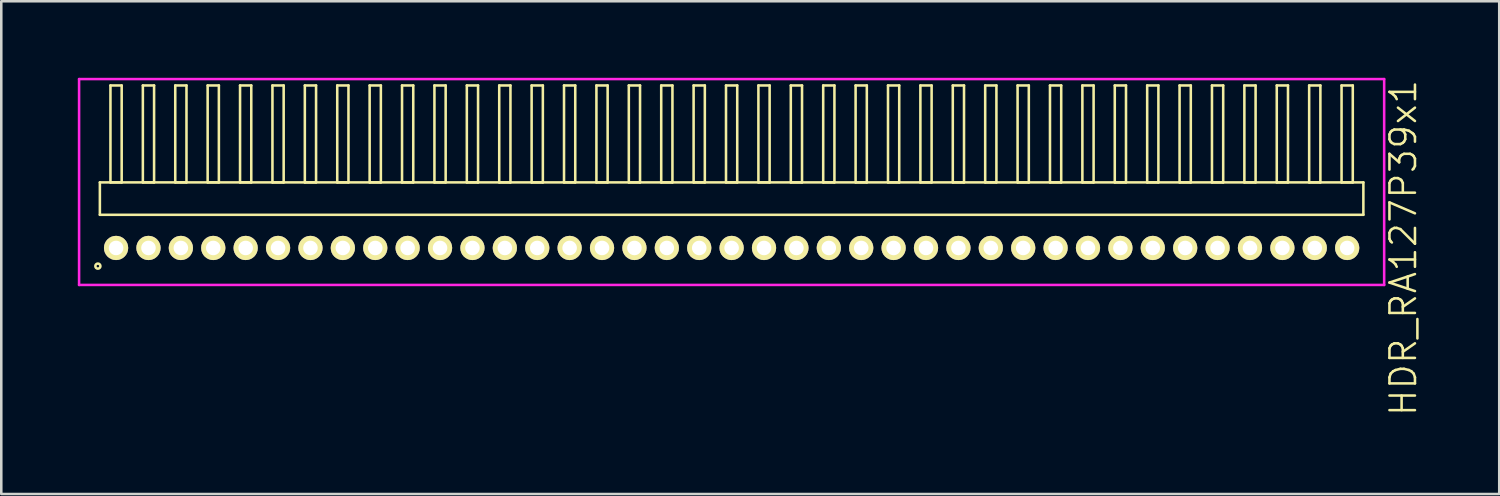
<source format=kicad_pcb>
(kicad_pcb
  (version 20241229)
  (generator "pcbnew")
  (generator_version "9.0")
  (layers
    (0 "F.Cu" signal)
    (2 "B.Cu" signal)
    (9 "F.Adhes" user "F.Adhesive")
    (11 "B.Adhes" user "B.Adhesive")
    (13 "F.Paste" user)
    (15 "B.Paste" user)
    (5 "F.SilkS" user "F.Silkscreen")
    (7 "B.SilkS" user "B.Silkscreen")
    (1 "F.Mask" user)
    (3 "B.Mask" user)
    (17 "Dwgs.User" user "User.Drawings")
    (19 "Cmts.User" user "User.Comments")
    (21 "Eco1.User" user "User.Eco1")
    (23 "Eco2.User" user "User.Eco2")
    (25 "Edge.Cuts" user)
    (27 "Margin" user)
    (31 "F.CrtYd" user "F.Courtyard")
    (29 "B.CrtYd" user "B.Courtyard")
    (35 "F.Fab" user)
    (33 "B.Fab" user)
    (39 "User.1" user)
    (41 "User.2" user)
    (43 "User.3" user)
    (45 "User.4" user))
  (footprint "HDR_RA127P39x1"
    (layer "F.Cu")
    (at 25.63 6.67)
    (property "Reference" "HDR_RA127P39x1" (at 26.33 0 90) (layer "F.SilkS") (effects (font (size 1 1) (thickness 0.1))))
    (attr through_hole)
    (fp_line (start -24.765 -2.57) (end -24.765 -1.3) (stroke (width 0.1) (type solid)) (layer "F.SilkS"))
    (fp_line (start -24.765 -1.3) (end 24.765 -1.3) (stroke (width 0.1) (type solid)) (layer "F.SilkS"))
    (fp_line (start -24.35 -6.37) (end -24.35 -2.57) (stroke (width 0.1) (type solid)) (layer "F.SilkS"))
    (fp_line (start -24.35 -2.57) (end -23.91 -2.57) (stroke (width 0.1) (type solid)) (layer "F.SilkS"))
    (fp_line (start -23.91 -6.37) (end -24.35 -6.37) (stroke (width 0.1) (type solid)) (layer "F.SilkS"))
    (fp_line (start -23.91 -2.57) (end -23.91 -6.37) (stroke (width 0.1) (type solid)) (layer "F.SilkS"))
    (fp_line (start -23.08 -6.37) (end -23.08 -2.57) (stroke (width 0.1) (type solid)) (layer "F.SilkS"))
    (fp_line (start -23.08 -2.57) (end -22.64 -2.57) (stroke (width 0.1) (type solid)) (layer "F.SilkS"))
    (fp_line (start -22.64 -6.37) (end -23.08 -6.37) (stroke (width 0.1) (type solid)) (layer "F.SilkS"))
    (fp_line (start -22.64 -2.57) (end -22.64 -6.37) (stroke (width 0.1) (type solid)) (layer "F.SilkS"))
    (fp_line (start -21.81 -6.37) (end -21.81 -2.57) (stroke (width 0.1) (type solid)) (layer "F.SilkS"))
    (fp_line (start -21.81 -2.57) (end -21.37 -2.57) (stroke (width 0.1) (type solid)) (layer "F.SilkS"))
    (fp_line (start -21.37 -6.37) (end -21.81 -6.37) (stroke (width 0.1) (type solid)) (layer "F.SilkS"))
    (fp_line (start -21.37 -2.57) (end -21.37 -6.37) (stroke (width 0.1) (type solid)) (layer "F.SilkS"))
    (fp_line (start -20.54 -6.37) (end -20.54 -2.57) (stroke (width 0.1) (type solid)) (layer "F.SilkS"))
    (fp_line (start -20.54 -2.57) (end -20.1 -2.57) (stroke (width 0.1) (type solid)) (layer "F.SilkS"))
    (fp_line (start -20.1 -6.37) (end -20.54 -6.37) (stroke (width 0.1) (type solid)) (layer "F.SilkS"))
    (fp_line (start -20.1 -2.57) (end -20.1 -6.37) (stroke (width 0.1) (type solid)) (layer "F.SilkS"))
    (fp_line (start -19.27 -6.37) (end -19.27 -2.57) (stroke (width 0.1) (type solid)) (layer "F.SilkS"))
    (fp_line (start -19.27 -2.57) (end -18.83 -2.57) (stroke (width 0.1) (type solid)) (layer "F.SilkS"))
    (fp_line (start -18.83 -6.37) (end -19.27 -6.37) (stroke (width 0.1) (type solid)) (layer "F.SilkS"))
    (fp_line (start -18.83 -2.57) (end -18.83 -6.37) (stroke (width 0.1) (type solid)) (layer "F.SilkS"))
    (fp_line (start -18 -6.37) (end -18 -2.57) (stroke (width 0.1) (type solid)) (layer "F.SilkS"))
    (fp_line (start -18 -2.57) (end -17.56 -2.57) (stroke (width 0.1) (type solid)) (layer "F.SilkS"))
    (fp_line (start -17.56 -6.37) (end -18 -6.37) (stroke (width 0.1) (type solid)) (layer "F.SilkS"))
    (fp_line (start -17.56 -2.57) (end -17.56 -6.37) (stroke (width 0.1) (type solid)) (layer "F.SilkS"))
    (fp_line (start -16.73 -6.37) (end -16.73 -2.57) (stroke (width 0.1) (type solid)) (layer "F.SilkS"))
    (fp_line (start -16.73 -2.57) (end -16.29 -2.57) (stroke (width 0.1) (type solid)) (layer "F.SilkS"))
    (fp_line (start -16.29 -6.37) (end -16.73 -6.37) (stroke (width 0.1) (type solid)) (layer "F.SilkS"))
    (fp_line (start -16.29 -2.57) (end -16.29 -6.37) (stroke (width 0.1) (type solid)) (layer "F.SilkS"))
    (fp_line (start -15.46 -6.37) (end -15.46 -2.57) (stroke (width 0.1) (type solid)) (layer "F.SilkS"))
    (fp_line (start -15.46 -2.57) (end -15.02 -2.57) (stroke (width 0.1) (type solid)) (layer "F.SilkS"))
    (fp_line (start -15.02 -6.37) (end -15.46 -6.37) (stroke (width 0.1) (type solid)) (layer "F.SilkS"))
    (fp_line (start -15.02 -2.57) (end -15.02 -6.37) (stroke (width 0.1) (type solid)) (layer "F.SilkS"))
    (fp_line (start -14.19 -6.37) (end -14.19 -2.57) (stroke (width 0.1) (type solid)) (layer "F.SilkS"))
    (fp_line (start -14.19 -2.57) (end -13.75 -2.57) (stroke (width 0.1) (type solid)) (layer "F.SilkS"))
    (fp_line (start -13.75 -6.37) (end -14.19 -6.37) (stroke (width 0.1) (type solid)) (layer "F.SilkS"))
    (fp_line (start -13.75 -2.57) (end -13.75 -6.37) (stroke (width 0.1) (type solid)) (layer "F.SilkS"))
    (fp_line (start -12.92 -6.37) (end -12.92 -2.57) (stroke (width 0.1) (type solid)) (layer "F.SilkS"))
    (fp_line (start -12.92 -2.57) (end -12.48 -2.57) (stroke (width 0.1) (type solid)) (layer "F.SilkS"))
    (fp_line (start -12.48 -6.37) (end -12.92 -6.37) (stroke (width 0.1) (type solid)) (layer "F.SilkS"))
    (fp_line (start -12.48 -2.57) (end -12.48 -6.37) (stroke (width 0.1) (type solid)) (layer "F.SilkS"))
    (fp_line (start -11.65 -6.37) (end -11.65 -2.57) (stroke (width 0.1) (type solid)) (layer "F.SilkS"))
    (fp_line (start -11.65 -2.57) (end -11.21 -2.57) (stroke (width 0.1) (type solid)) (layer "F.SilkS"))
    (fp_line (start -11.21 -6.37) (end -11.65 -6.37) (stroke (width 0.1) (type solid)) (layer "F.SilkS"))
    (fp_line (start -11.21 -2.57) (end -11.21 -6.37) (stroke (width 0.1) (type solid)) (layer "F.SilkS"))
    (fp_line (start -10.38 -6.37) (end -10.38 -2.57) (stroke (width 0.1) (type solid)) (layer "F.SilkS"))
    (fp_line (start -10.38 -2.57) (end -9.94 -2.57) (stroke (width 0.1) (type solid)) (layer "F.SilkS"))
    (fp_line (start -9.94 -6.37) (end -10.38 -6.37) (stroke (width 0.1) (type solid)) (layer "F.SilkS"))
    (fp_line (start -9.94 -2.57) (end -9.94 -6.37) (stroke (width 0.1) (type solid)) (layer "F.SilkS"))
    (fp_line (start -9.11 -6.37) (end -9.11 -2.57) (stroke (width 0.1) (type solid)) (layer "F.SilkS"))
    (fp_line (start -9.11 -2.57) (end -8.67 -2.57) (stroke (width 0.1) (type solid)) (layer "F.SilkS"))
    (fp_line (start -8.67 -6.37) (end -9.11 -6.37) (stroke (width 0.1) (type solid)) (layer "F.SilkS"))
    (fp_line (start -8.67 -2.57) (end -8.67 -6.37) (stroke (width 0.1) (type solid)) (layer "F.SilkS"))
    (fp_line (start -7.84 -6.37) (end -7.84 -2.57) (stroke (width 0.1) (type solid)) (layer "F.SilkS"))
    (fp_line (start -7.84 -2.57) (end -7.4 -2.57) (stroke (width 0.1) (type solid)) (layer "F.SilkS"))
    (fp_line (start -7.4 -6.37) (end -7.84 -6.37) (stroke (width 0.1) (type solid)) (layer "F.SilkS"))
    (fp_line (start -7.4 -2.57) (end -7.4 -6.37) (stroke (width 0.1) (type solid)) (layer "F.SilkS"))
    (fp_line (start -6.57 -6.37) (end -6.57 -2.57) (stroke (width 0.1) (type solid)) (layer "F.SilkS"))
    (fp_line (start -6.57 -2.57) (end -6.13 -2.57) (stroke (width 0.1) (type solid)) (layer "F.SilkS"))
    (fp_line (start -6.13 -6.37) (end -6.57 -6.37) (stroke (width 0.1) (type solid)) (layer "F.SilkS"))
    (fp_line (start -6.13 -2.57) (end -6.13 -6.37) (stroke (width 0.1) (type solid)) (layer "F.SilkS"))
    (fp_line (start -5.3 -6.37) (end -5.3 -2.57) (stroke (width 0.1) (type solid)) (layer "F.SilkS"))
    (fp_line (start -5.3 -2.57) (end -4.86 -2.57) (stroke (width 0.1) (type solid)) (layer "F.SilkS"))
    (fp_line (start -4.86 -6.37) (end -5.3 -6.37) (stroke (width 0.1) (type solid)) (layer "F.SilkS"))
    (fp_line (start -4.86 -2.57) (end -4.86 -6.37) (stroke (width 0.1) (type solid)) (layer "F.SilkS"))
    (fp_line (start -4.03 -6.37) (end -4.03 -2.57) (stroke (width 0.1) (type solid)) (layer "F.SilkS"))
    (fp_line (start -4.03 -2.57) (end -3.59 -2.57) (stroke (width 0.1) (type solid)) (layer "F.SilkS"))
    (fp_line (start -3.59 -6.37) (end -4.03 -6.37) (stroke (width 0.1) (type solid)) (layer "F.SilkS"))
    (fp_line (start -3.59 -2.57) (end -3.59 -6.37) (stroke (width 0.1) (type solid)) (layer "F.SilkS"))
    (fp_line (start -2.76 -6.37) (end -2.76 -2.57) (stroke (width 0.1) (type solid)) (layer "F.SilkS"))
    (fp_line (start -2.76 -2.57) (end -2.32 -2.57) (stroke (width 0.1) (type solid)) (layer "F.SilkS"))
    (fp_line (start -2.32 -6.37) (end -2.76 -6.37) (stroke (width 0.1) (type solid)) (layer "F.SilkS"))
    (fp_line (start -2.32 -2.57) (end -2.32 -6.37) (stroke (width 0.1) (type solid)) (layer "F.SilkS"))
    (fp_line (start -1.49 -6.37) (end -1.49 -2.57) (stroke (width 0.1) (type solid)) (layer "F.SilkS"))
    (fp_line (start -1.49 -2.57) (end -1.05 -2.57) (stroke (width 0.1) (type solid)) (layer "F.SilkS"))
    (fp_line (start -1.05 -6.37) (end -1.49 -6.37) (stroke (width 0.1) (type solid)) (layer "F.SilkS"))
    (fp_line (start -1.05 -2.57) (end -1.05 -6.37) (stroke (width 0.1) (type solid)) (layer "F.SilkS"))
    (fp_line (start -0.22 -6.37) (end -0.22 -2.57) (stroke (width 0.1) (type solid)) (layer "F.SilkS"))
    (fp_line (start -0.22 -2.57) (end 0.22 -2.57) (stroke (width 0.1) (type solid)) (layer "F.SilkS"))
    (fp_line (start 0.22 -6.37) (end -0.22 -6.37) (stroke (width 0.1) (type solid)) (layer "F.SilkS"))
    (fp_line (start 0.22 -2.57) (end 0.22 -6.37) (stroke (width 0.1) (type solid)) (layer "F.SilkS"))
    (fp_line (start 1.05 -6.37) (end 1.05 -2.57) (stroke (width 0.1) (type solid)) (layer "F.SilkS"))
    (fp_line (start 1.05 -2.57) (end 1.49 -2.57) (stroke (width 0.1) (type solid)) (layer "F.SilkS"))
    (fp_line (start 1.49 -6.37) (end 1.05 -6.37) (stroke (width 0.1) (type solid)) (layer "F.SilkS"))
    (fp_line (start 1.49 -2.57) (end 1.49 -6.37) (stroke (width 0.1) (type solid)) (layer "F.SilkS"))
    (fp_line (start 2.32 -6.37) (end 2.32 -2.57) (stroke (width 0.1) (type solid)) (layer "F.SilkS"))
    (fp_line (start 2.32 -2.57) (end 2.76 -2.57) (stroke (width 0.1) (type solid)) (layer "F.SilkS"))
    (fp_line (start 2.76 -6.37) (end 2.32 -6.37) (stroke (width 0.1) (type solid)) (layer "F.SilkS"))
    (fp_line (start 2.76 -2.57) (end 2.76 -6.37) (stroke (width 0.1) (type solid)) (layer "F.SilkS"))
    (fp_line (start 3.59 -6.37) (end 3.59 -2.57) (stroke (width 0.1) (type solid)) (layer "F.SilkS"))
    (fp_line (start 3.59 -2.57) (end 4.03 -2.57) (stroke (width 0.1) (type solid)) (layer "F.SilkS"))
    (fp_line (start 4.03 -6.37) (end 3.59 -6.37) (stroke (width 0.1) (type solid)) (layer "F.SilkS"))
    (fp_line (start 4.03 -2.57) (end 4.03 -6.37) (stroke (width 0.1) (type solid)) (layer "F.SilkS"))
    (fp_line (start 4.86 -6.37) (end 4.86 -2.57) (stroke (width 0.1) (type solid)) (layer "F.SilkS"))
    (fp_line (start 4.86 -2.57) (end 5.3 -2.57) (stroke (width 0.1) (type solid)) (layer "F.SilkS"))
    (fp_line (start 5.3 -6.37) (end 4.86 -6.37) (stroke (width 0.1) (type solid)) (layer "F.SilkS"))
    (fp_line (start 5.3 -2.57) (end 5.3 -6.37) (stroke (width 0.1) (type solid)) (layer "F.SilkS"))
    (fp_line (start 6.13 -6.37) (end 6.13 -2.57) (stroke (width 0.1) (type solid)) (layer "F.SilkS"))
    (fp_line (start 6.13 -2.57) (end 6.57 -2.57) (stroke (width 0.1) (type solid)) (layer "F.SilkS"))
    (fp_line (start 6.57 -6.37) (end 6.13 -6.37) (stroke (width 0.1) (type solid)) (layer "F.SilkS"))
    (fp_line (start 6.57 -2.57) (end 6.57 -6.37) (stroke (width 0.1) (type solid)) (layer "F.SilkS"))
    (fp_line (start 7.4 -6.37) (end 7.4 -2.57) (stroke (width 0.1) (type solid)) (layer "F.SilkS"))
    (fp_line (start 7.4 -2.57) (end 7.84 -2.57) (stroke (width 0.1) (type solid)) (layer "F.SilkS"))
    (fp_line (start 7.84 -6.37) (end 7.4 -6.37) (stroke (width 0.1) (type solid)) (layer "F.SilkS"))
    (fp_line (start 7.84 -2.57) (end 7.84 -6.37) (stroke (width 0.1) (type solid)) (layer "F.SilkS"))
    (fp_line (start 8.67 -6.37) (end 8.67 -2.57) (stroke (width 0.1) (type solid)) (layer "F.SilkS"))
    (fp_line (start 8.67 -2.57) (end 9.11 -2.57) (stroke (width 0.1) (type solid)) (layer "F.SilkS"))
    (fp_line (start 9.11 -6.37) (end 8.67 -6.37) (stroke (width 0.1) (type solid)) (layer "F.SilkS"))
    (fp_line (start 9.11 -2.57) (end 9.11 -6.37) (stroke (width 0.1) (type solid)) (layer "F.SilkS"))
    (fp_line (start 9.94 -6.37) (end 9.94 -2.57) (stroke (width 0.1) (type solid)) (layer "F.SilkS"))
    (fp_line (start 9.94 -2.57) (end 10.38 -2.57) (stroke (width 0.1) (type solid)) (layer "F.SilkS"))
    (fp_line (start 10.38 -6.37) (end 9.94 -6.37) (stroke (width 0.1) (type solid)) (layer "F.SilkS"))
    (fp_line (start 10.38 -2.57) (end 10.38 -6.37) (stroke (width 0.1) (type solid)) (layer "F.SilkS"))
    (fp_line (start 11.21 -6.37) (end 11.21 -2.57) (stroke (width 0.1) (type solid)) (layer "F.SilkS"))
    (fp_line (start 11.21 -2.57) (end 11.65 -2.57) (stroke (width 0.1) (type solid)) (layer "F.SilkS"))
    (fp_line (start 11.65 -6.37) (end 11.21 -6.37) (stroke (width 0.1) (type solid)) (layer "F.SilkS"))
    (fp_line (start 11.65 -2.57) (end 11.65 -6.37) (stroke (width 0.1) (type solid)) (layer "F.SilkS"))
    (fp_line (start 12.48 -6.37) (end 12.48 -2.57) (stroke (width 0.1) (type solid)) (layer "F.SilkS"))
    (fp_line (start 12.48 -2.57) (end 12.92 -2.57) (stroke (width 0.1) (type solid)) (layer "F.SilkS"))
    (fp_line (start 12.92 -6.37) (end 12.48 -6.37) (stroke (width 0.1) (type solid)) (layer "F.SilkS"))
    (fp_line (start 12.92 -2.57) (end 12.92 -6.37) (stroke (width 0.1) (type solid)) (layer "F.SilkS"))
    (fp_line (start 13.75 -6.37) (end 13.75 -2.57) (stroke (width 0.1) (type solid)) (layer "F.SilkS"))
    (fp_line (start 13.75 -2.57) (end 14.19 -2.57) (stroke (width 0.1) (type solid)) (layer "F.SilkS"))
    (fp_line (start 14.19 -6.37) (end 13.75 -6.37) (stroke (width 0.1) (type solid)) (layer "F.SilkS"))
    (fp_line (start 14.19 -2.57) (end 14.19 -6.37) (stroke (width 0.1) (type solid)) (layer "F.SilkS"))
    (fp_line (start 15.02 -6.37) (end 15.02 -2.57) (stroke (width 0.1) (type solid)) (layer "F.SilkS"))
    (fp_line (start 15.02 -2.57) (end 15.46 -2.57) (stroke (width 0.1) (type solid)) (layer "F.SilkS"))
    (fp_line (start 15.46 -6.37) (end 15.02 -6.37) (stroke (width 0.1) (type solid)) (layer "F.SilkS"))
    (fp_line (start 15.46 -2.57) (end 15.46 -6.37) (stroke (width 0.1) (type solid)) (layer "F.SilkS"))
    (fp_line (start 16.29 -6.37) (end 16.29 -2.57) (stroke (width 0.1) (type solid)) (layer "F.SilkS"))
    (fp_line (start 16.29 -2.57) (end 16.73 -2.57) (stroke (width 0.1) (type solid)) (layer "F.SilkS"))
    (fp_line (start 16.73 -6.37) (end 16.29 -6.37) (stroke (width 0.1) (type solid)) (layer "F.SilkS"))
    (fp_line (start 16.73 -2.57) (end 16.73 -6.37) (stroke (width 0.1) (type solid)) (layer "F.SilkS"))
    (fp_line (start 17.56 -6.37) (end 17.56 -2.57) (stroke (width 0.1) (type solid)) (layer "F.SilkS"))
    (fp_line (start 17.56 -2.57) (end 18 -2.57) (stroke (width 0.1) (type solid)) (layer "F.SilkS"))
    (fp_line (start 18 -6.37) (end 17.56 -6.37) (stroke (width 0.1) (type solid)) (layer "F.SilkS"))
    (fp_line (start 18 -2.57) (end 18 -6.37) (stroke (width 0.1) (type solid)) (layer "F.SilkS"))
    (fp_line (start 18.83 -6.37) (end 18.83 -2.57) (stroke (width 0.1) (type solid)) (layer "F.SilkS"))
    (fp_line (start 18.83 -2.57) (end 19.27 -2.57) (stroke (width 0.1) (type solid)) (layer "F.SilkS"))
    (fp_line (start 19.27 -6.37) (end 18.83 -6.37) (stroke (width 0.1) (type solid)) (layer "F.SilkS"))
    (fp_line (start 19.27 -2.57) (end 19.27 -6.37) (stroke (width 0.1) (type solid)) (layer "F.SilkS"))
    (fp_line (start 20.1 -6.37) (end 20.1 -2.57) (stroke (width 0.1) (type solid)) (layer "F.SilkS"))
    (fp_line (start 20.1 -2.57) (end 20.54 -2.57) (stroke (width 0.1) (type solid)) (layer "F.SilkS"))
    (fp_line (start 20.54 -6.37) (end 20.1 -6.37) (stroke (width 0.1) (type solid)) (layer "F.SilkS"))
    (fp_line (start 20.54 -2.57) (end 20.54 -6.37) (stroke (width 0.1) (type solid)) (layer "F.SilkS"))
    (fp_line (start 21.37 -6.37) (end 21.37 -2.57) (stroke (width 0.1) (type solid)) (layer "F.SilkS"))
    (fp_line (start 21.37 -2.57) (end 21.81 -2.57) (stroke (width 0.1) (type solid)) (layer "F.SilkS"))
    (fp_line (start 21.81 -6.37) (end 21.37 -6.37) (stroke (width 0.1) (type solid)) (layer "F.SilkS"))
    (fp_line (start 21.81 -2.57) (end 21.81 -6.37) (stroke (width 0.1) (type solid)) (layer "F.SilkS"))
    (fp_line (start 22.64 -6.37) (end 22.64 -2.57) (stroke (width 0.1) (type solid)) (layer "F.SilkS"))
    (fp_line (start 22.64 -2.57) (end 23.08 -2.57) (stroke (width 0.1) (type solid)) (layer "F.SilkS"))
    (fp_line (start 23.08 -6.37) (end 22.64 -6.37) (stroke (width 0.1) (type solid)) (layer "F.SilkS"))
    (fp_line (start 23.08 -2.57) (end 23.08 -6.37) (stroke (width 0.1) (type solid)) (layer "F.SilkS"))
    (fp_line (start 23.91 -6.37) (end 23.91 -2.57) (stroke (width 0.1) (type solid)) (layer "F.SilkS"))
    (fp_line (start 23.91 -2.57) (end 24.35 -2.57) (stroke (width 0.1) (type solid)) (layer "F.SilkS"))
    (fp_line (start 24.35 -6.37) (end 23.91 -6.37) (stroke (width 0.1) (type solid)) (layer "F.SilkS"))
    (fp_line (start 24.35 -2.57) (end 24.35 -6.37) (stroke (width 0.1) (type solid)) (layer "F.SilkS"))
    (fp_line (start 24.765 -2.57) (end -24.765 -2.57) (stroke (width 0.1) (type solid)) (layer "F.SilkS"))
    (fp_line (start 24.765 -1.3) (end 24.765 -2.57) (stroke (width 0.1) (type solid)) (layer "F.SilkS"))
    (fp_circle (center -24.843 0.712) (end -24.743 0.712) (stroke (width 0.1) (type solid)) (fill no) (layer "F.SilkS"))
    (fp_line (start -25.58 -6.62) (end -25.58 1.45) (stroke (width 0.1) (type solid)) (layer "F.CrtYd"))
    (fp_line (start -25.58 1.45) (end 25.58 1.45) (stroke (width 0.1) (type solid)) (layer "F.CrtYd"))
    (fp_line (start 25.58 -6.62) (end -25.58 -6.62) (stroke (width 0.1) (type solid)) (layer "F.CrtYd"))
    (fp_line (start 25.58 1.45) (end 25.58 -6.62) (stroke (width 0.1) (type solid)) (layer "F.CrtYd"))
    (pad "1" thru_hole oval (at -24.13 0) (size 0.95 0.95) (drill 0.57) (layers "*.Cu" "*.Mask" "F.SilkS"))
    (pad "2" thru_hole oval (at -22.86 0) (size 0.95 0.95) (drill 0.57) (layers "*.Cu" "*.Mask" "F.SilkS"))
    (pad "3" thru_hole oval (at -21.59 0) (size 0.95 0.95) (drill 0.57) (layers "*.Cu" "*.Mask" "F.SilkS"))
    (pad "4" thru_hole oval (at -20.32 0) (size 0.95 0.95) (drill 0.57) (layers "*.Cu" "*.Mask" "F.SilkS"))
    (pad "5" thru_hole oval (at -19.05 0) (size 0.95 0.95) (drill 0.57) (layers "*.Cu" "*.Mask" "F.SilkS"))
    (pad "6" thru_hole oval (at -17.78 0) (size 0.95 0.95) (drill 0.57) (layers "*.Cu" "*.Mask" "F.SilkS"))
    (pad "7" thru_hole oval (at -16.51 0) (size 0.95 0.95) (drill 0.57) (layers "*.Cu" "*.Mask" "F.SilkS"))
    (pad "8" thru_hole oval (at -15.24 0) (size 0.95 0.95) (drill 0.57) (layers "*.Cu" "*.Mask" "F.SilkS"))
    (pad "9" thru_hole oval (at -13.97 0) (size 0.95 0.95) (drill 0.57) (layers "*.Cu" "*.Mask" "F.SilkS"))
    (pad "10" thru_hole oval (at -12.7 0) (size 0.95 0.95) (drill 0.57) (layers "*.Cu" "*.Mask" "F.SilkS"))
    (pad "11" thru_hole oval (at -11.43 0) (size 0.95 0.95) (drill 0.57) (layers "*.Cu" "*.Mask" "F.SilkS"))
    (pad "12" thru_hole oval (at -10.16 0) (size 0.95 0.95) (drill 0.57) (layers "*.Cu" "*.Mask" "F.SilkS"))
    (pad "13" thru_hole oval (at -8.89 0) (size 0.95 0.95) (drill 0.57) (layers "*.Cu" "*.Mask" "F.SilkS"))
    (pad "14" thru_hole oval (at -7.62 0) (size 0.95 0.95) (drill 0.57) (layers "*.Cu" "*.Mask" "F.SilkS"))
    (pad "15" thru_hole oval (at -6.35 0) (size 0.95 0.95) (drill 0.57) (layers "*.Cu" "*.Mask" "F.SilkS"))
    (pad "16" thru_hole oval (at -5.08 0) (size 0.95 0.95) (drill 0.57) (layers "*.Cu" "*.Mask" "F.SilkS"))
    (pad "17" thru_hole oval (at -3.81 0) (size 0.95 0.95) (drill 0.57) (layers "*.Cu" "*.Mask" "F.SilkS"))
    (pad "18" thru_hole oval (at -2.54 0) (size 0.95 0.95) (drill 0.57) (layers "*.Cu" "*.Mask" "F.SilkS"))
    (pad "19" thru_hole oval (at -1.27 0) (size 0.95 0.95) (drill 0.57) (layers "*.Cu" "*.Mask" "F.SilkS"))
    (pad "20" thru_hole oval (at 0 0) (size 0.95 0.95) (drill 0.57) (layers "*.Cu" "*.Mask" "F.SilkS"))
    (pad "21" thru_hole oval (at 1.27 0) (size 0.95 0.95) (drill 0.57) (layers "*.Cu" "*.Mask" "F.SilkS"))
    (pad "22" thru_hole oval (at 2.54 0) (size 0.95 0.95) (drill 0.57) (layers "*.Cu" "*.Mask" "F.SilkS"))
    (pad "23" thru_hole oval (at 3.81 0) (size 0.95 0.95) (drill 0.57) (layers "*.Cu" "*.Mask" "F.SilkS"))
    (pad "24" thru_hole oval (at 5.08 0) (size 0.95 0.95) (drill 0.57) (layers "*.Cu" "*.Mask" "F.SilkS"))
    (pad "25" thru_hole oval (at 6.35 0) (size 0.95 0.95) (drill 0.57) (layers "*.Cu" "*.Mask" "F.SilkS"))
    (pad "26" thru_hole oval (at 7.62 0) (size 0.95 0.95) (drill 0.57) (layers "*.Cu" "*.Mask" "F.SilkS"))
    (pad "27" thru_hole oval (at 8.89 0) (size 0.95 0.95) (drill 0.57) (layers "*.Cu" "*.Mask" "F.SilkS"))
    (pad "28" thru_hole oval (at 10.16 0) (size 0.95 0.95) (drill 0.57) (layers "*.Cu" "*.Mask" "F.SilkS"))
    (pad "29" thru_hole oval (at 11.43 0) (size 0.95 0.95) (drill 0.57) (layers "*.Cu" "*.Mask" "F.SilkS"))
    (pad "30" thru_hole oval (at 12.7 0) (size 0.95 0.95) (drill 0.57) (layers "*.Cu" "*.Mask" "F.SilkS"))
    (pad "31" thru_hole oval (at 13.97 0) (size 0.95 0.95) (drill 0.57) (layers "*.Cu" "*.Mask" "F.SilkS"))
    (pad "32" thru_hole oval (at 15.24 0) (size 0.95 0.95) (drill 0.57) (layers "*.Cu" "*.Mask" "F.SilkS"))
    (pad "33" thru_hole oval (at 16.51 0) (size 0.95 0.95) (drill 0.57) (layers "*.Cu" "*.Mask" "F.SilkS"))
    (pad "34" thru_hole oval (at 17.78 0) (size 0.95 0.95) (drill 0.57) (layers "*.Cu" "*.Mask" "F.SilkS"))
    (pad "35" thru_hole oval (at 19.05 0) (size 0.95 0.95) (drill 0.57) (layers "*.Cu" "*.Mask" "F.SilkS"))
    (pad "36" thru_hole oval (at 20.32 0) (size 0.95 0.95) (drill 0.57) (layers "*.Cu" "*.Mask" "F.SilkS"))
    (pad "37" thru_hole oval (at 21.59 0) (size 0.95 0.95) (drill 0.57) (layers "*.Cu" "*.Mask" "F.SilkS"))
    (pad "38" thru_hole oval (at 22.86 0) (size 0.95 0.95) (drill 0.57) (layers "*.Cu" "*.Mask" "F.SilkS"))
    (pad "39" thru_hole oval (at 24.13 0) (size 0.95 0.95) (drill 0.57) (layers "*.Cu" "*.Mask" "F.SilkS")))
  (gr_rect
    (start -3 -3)
    (end 55.721 16.315)
    (stroke (width 0.1) (type default))
    (fill no)
    (layer "Edge.Cuts")))
</source>
